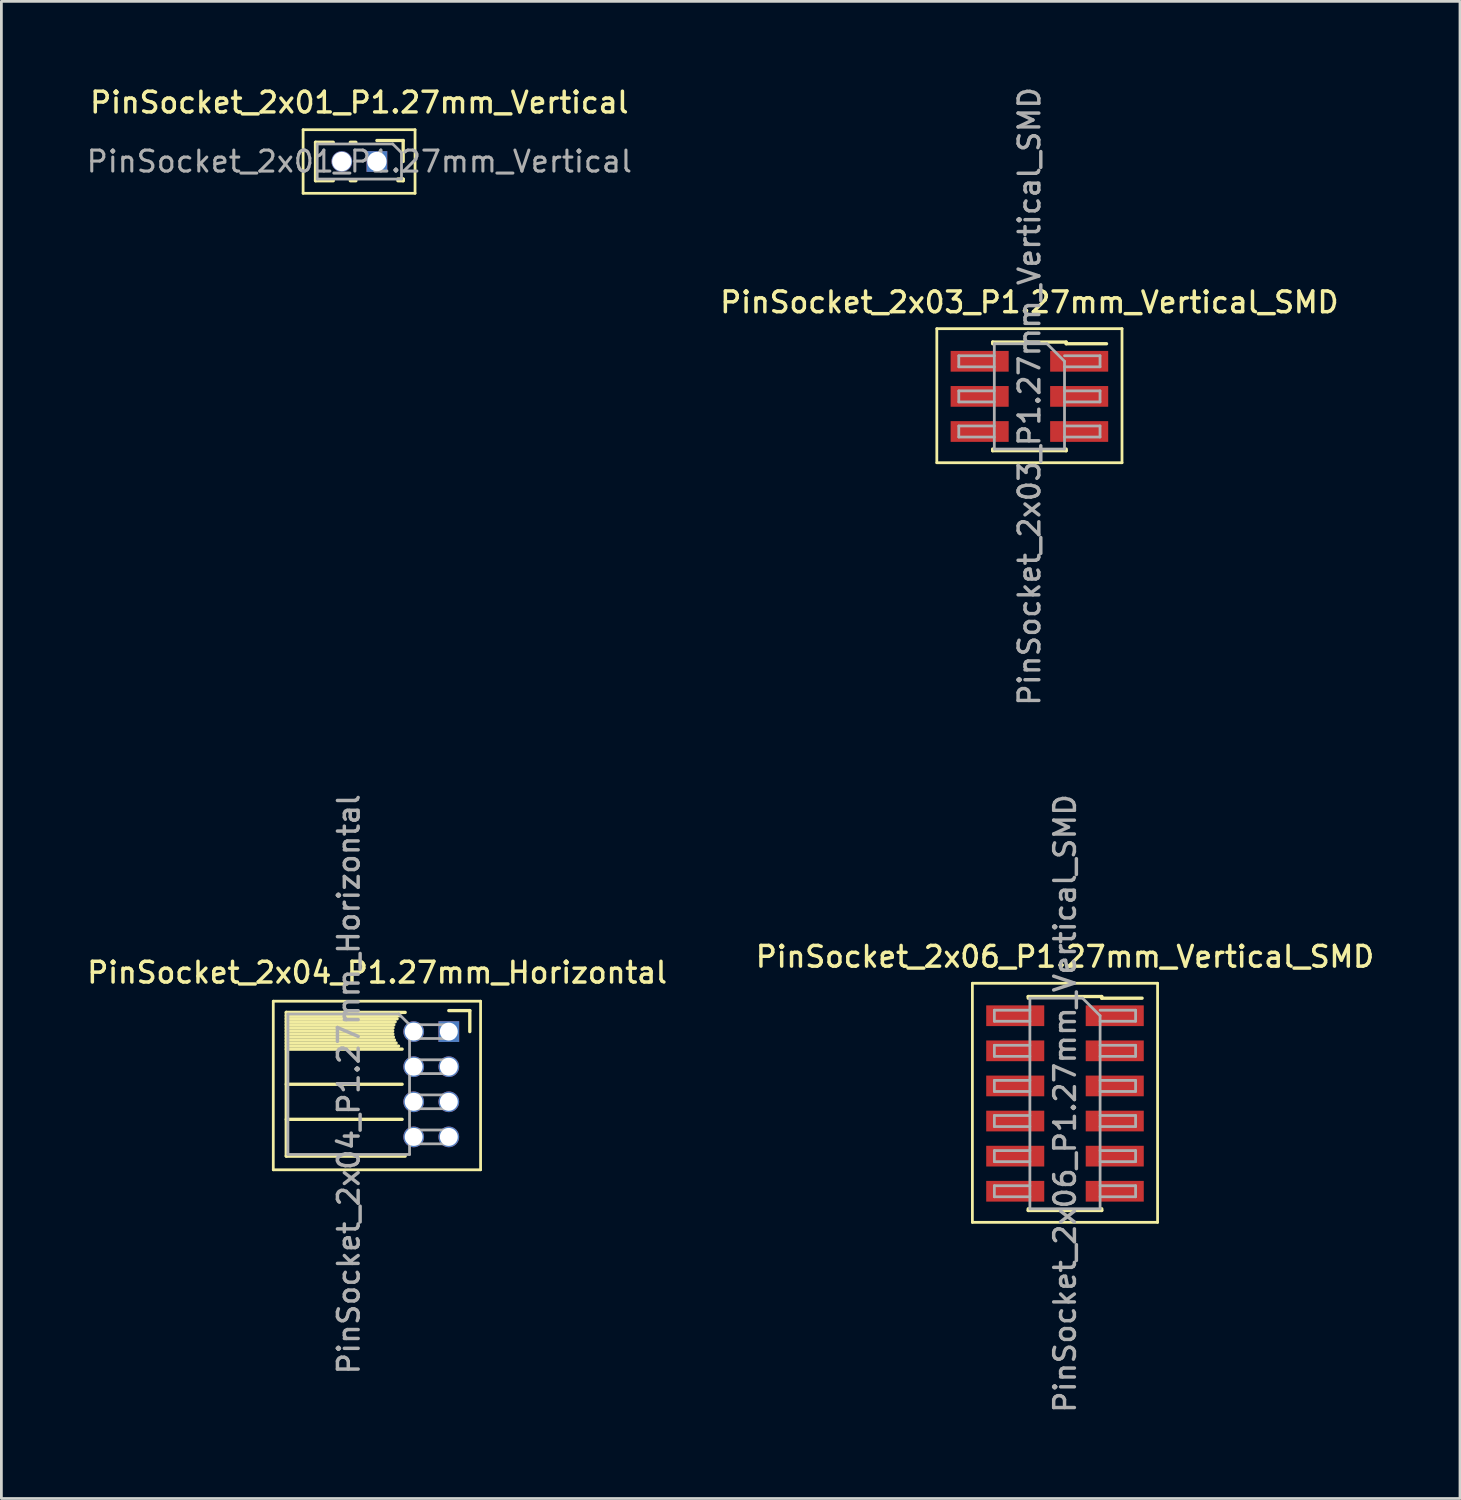
<source format=kicad_pcb>
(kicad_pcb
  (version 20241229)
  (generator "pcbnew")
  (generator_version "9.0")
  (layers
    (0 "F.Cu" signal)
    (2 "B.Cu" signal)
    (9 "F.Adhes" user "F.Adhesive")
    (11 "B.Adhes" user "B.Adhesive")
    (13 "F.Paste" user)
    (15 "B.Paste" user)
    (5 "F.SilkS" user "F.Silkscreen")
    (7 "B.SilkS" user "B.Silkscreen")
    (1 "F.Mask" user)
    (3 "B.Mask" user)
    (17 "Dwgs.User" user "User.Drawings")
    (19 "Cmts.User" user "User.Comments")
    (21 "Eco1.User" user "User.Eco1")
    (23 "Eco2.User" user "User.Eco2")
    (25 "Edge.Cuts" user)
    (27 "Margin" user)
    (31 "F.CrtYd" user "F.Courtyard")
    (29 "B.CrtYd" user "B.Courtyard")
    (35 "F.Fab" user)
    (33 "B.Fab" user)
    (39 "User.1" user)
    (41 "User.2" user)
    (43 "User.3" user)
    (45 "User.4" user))
  (footprint "PinSocket_2x01_P1.27mm_Vertical"
    (layer "F.Cu")
    (at 10.586 2.793)
    (property "Reference" "PinSocket_2x01_P1.27mm_Vertical" (at -0.635 -2.135 0) (layer "F.SilkS") (effects (font (size 0.75 0.75) (thickness 0.125))))
    (attr through_hole)
    (fp_line (start -2.67 -1.15) (end 1.38 -1.15) (stroke (width 0.1) (type solid)) (layer "F.SilkS"))
    (fp_line (start -2.67 1.15) (end -2.67 -1.15) (stroke (width 0.1) (type solid)) (layer "F.SilkS"))
    (fp_line (start -2.22 -0.695) (end -2.22 0.695) (stroke (width 0.12) (type solid)) (layer "F.SilkS"))
    (fp_line (start -2.22 -0.695) (end -1.578 -0.695) (stroke (width 0.12) (type solid)) (layer "F.SilkS"))
    (fp_line (start -2.22 0.695) (end -1.578 0.695) (stroke (width 0.12) (type solid)) (layer "F.SilkS"))
    (fp_line (start -0.962 -0.695) (end -0.76 -0.695) (stroke (width 0.12) (type solid)) (layer "F.SilkS"))
    (fp_line (start -0.962 0.695) (end -0.76 0.695) (stroke (width 0.12) (type solid)) (layer "F.SilkS"))
    (fp_line (start 0 -0.76) (end 0.95 -0.76) (stroke (width 0.12) (type solid)) (layer "F.SilkS"))
    (fp_line (start 0.76 0.635) (end 0.95 0.635) (stroke (width 0.12) (type solid)) (layer "F.SilkS"))
    (fp_line (start 0.76 0.695) (end 0.95 0.695) (stroke (width 0.12) (type solid)) (layer "F.SilkS"))
    (fp_line (start 0.95 -0.76) (end 0.95 0) (stroke (width 0.12) (type solid)) (layer "F.SilkS"))
    (fp_line (start 0.95 0.635) (end 0.95 0.695) (stroke (width 0.12) (type solid)) (layer "F.SilkS"))
    (fp_line (start 1.38 -1.15) (end 1.38 1.15) (stroke (width 0.1) (type solid)) (layer "F.SilkS"))
    (fp_line (start 1.38 1.15) (end -2.67 1.15) (stroke (width 0.1) (type solid)) (layer "F.SilkS"))
    (fp_line (start -2.16 -0.635) (end 0.573 -0.635) (stroke (width 0.1) (type solid)) (layer "F.Fab"))
    (fp_line (start -2.16 0.635) (end -2.16 -0.635) (stroke (width 0.1) (type solid)) (layer "F.Fab"))
    (fp_line (start 0.573 -0.635) (end 0.89 -0.318) (stroke (width 0.1) (type solid)) (layer "F.Fab"))
    (fp_line (start 0.89 -0.318) (end 0.89 0.635) (stroke (width 0.1) (type solid)) (layer "F.Fab"))
    (fp_line (start 0.89 0.635) (end -2.16 0.635) (stroke (width 0.1) (type solid)) (layer "F.Fab"))
    (fp_text user "${REFERENCE}" (at -0.635 0 0) (layer "F.Fab") (effects (font (size 0.76 0.76) (thickness 0.11))))
    (pad "1" thru_hole rect (at 0 0) (size 0.75 0.75) (drill 0.7) (layers "*.Cu" "*.Mask"))
    (pad "2" thru_hole oval (at -1.27 0) (size 0.75 0.75) (drill 0.7) (layers "*.Cu" "*.Mask")))
  (footprint "PinSocket_2x06_P1.27mm_Vertical_SMD"
    (layer "F.Cu")
    (at 35.48 36.873)
    (property "Reference" "PinSocket_2x06_P1.27mm_Vertical_SMD" (at 0 -5.31 0) (layer "F.SilkS") (effects (font (size 0.75 0.75) (thickness 0.125))))
    (attr smd)
    (fp_line (start -3.35 -4.35) (end 3.35 -4.35) (stroke (width 0.1) (type solid)) (layer "F.SilkS"))
    (fp_line (start -3.35 4.3) (end -3.35 -4.35) (stroke (width 0.1) (type solid)) (layer "F.SilkS"))
    (fp_line (start -1.33 -3.87) (end -1.33 -3.81) (stroke (width 0.12) (type solid)) (layer "F.SilkS"))
    (fp_line (start -1.33 -3.87) (end 1.33 -3.87) (stroke (width 0.12) (type solid)) (layer "F.SilkS"))
    (fp_line (start -1.33 3.81) (end -1.33 3.87) (stroke (width 0.12) (type solid)) (layer "F.SilkS"))
    (fp_line (start -1.33 3.87) (end 1.33 3.87) (stroke (width 0.12) (type solid)) (layer "F.SilkS"))
    (fp_line (start 1.33 -3.87) (end 1.33 -3.81) (stroke (width 0.12) (type solid)) (layer "F.SilkS"))
    (fp_line (start 1.33 -3.81) (end 2.79 -3.81) (stroke (width 0.12) (type solid)) (layer "F.SilkS"))
    (fp_line (start 1.33 3.81) (end 1.33 3.87) (stroke (width 0.12) (type solid)) (layer "F.SilkS"))
    (fp_line (start 3.35 -4.35) (end 3.35 4.3) (stroke (width 0.1) (type solid)) (layer "F.SilkS"))
    (fp_line (start 3.35 4.3) (end -3.35 4.3) (stroke (width 0.1) (type solid)) (layer "F.SilkS"))
    (fp_line (start -2.555 -3.375) (end -1.27 -3.375) (stroke (width 0.1) (type solid)) (layer "F.Fab"))
    (fp_line (start -2.555 -2.975) (end -2.555 -3.375) (stroke (width 0.1) (type solid)) (layer "F.Fab"))
    (fp_line (start -2.555 -2.105) (end -1.27 -2.105) (stroke (width 0.1) (type solid)) (layer "F.Fab"))
    (fp_line (start -2.555 -1.705) (end -2.555 -2.105) (stroke (width 0.1) (type solid)) (layer "F.Fab"))
    (fp_line (start -2.555 -0.835) (end -1.27 -0.835) (stroke (width 0.1) (type solid)) (layer "F.Fab"))
    (fp_line (start -2.555 -0.435) (end -2.555 -0.835) (stroke (width 0.1) (type solid)) (layer "F.Fab"))
    (fp_line (start -2.555 0.435) (end -1.27 0.435) (stroke (width 0.1) (type solid)) (layer "F.Fab"))
    (fp_line (start -2.555 0.835) (end -2.555 0.435) (stroke (width 0.1) (type solid)) (layer "F.Fab"))
    (fp_line (start -2.555 1.705) (end -1.27 1.705) (stroke (width 0.1) (type solid)) (layer "F.Fab"))
    (fp_line (start -2.555 2.105) (end -2.555 1.705) (stroke (width 0.1) (type solid)) (layer "F.Fab"))
    (fp_line (start -2.555 2.975) (end -1.27 2.975) (stroke (width 0.1) (type solid)) (layer "F.Fab"))
    (fp_line (start -2.555 3.375) (end -2.555 2.975) (stroke (width 0.1) (type solid)) (layer "F.Fab"))
    (fp_line (start -1.27 -3.81) (end 0.635 -3.81) (stroke (width 0.1) (type solid)) (layer "F.Fab"))
    (fp_line (start -1.27 -2.975) (end -2.555 -2.975) (stroke (width 0.1) (type solid)) (layer "F.Fab"))
    (fp_line (start -1.27 -1.705) (end -2.555 -1.705) (stroke (width 0.1) (type solid)) (layer "F.Fab"))
    (fp_line (start -1.27 -0.435) (end -2.555 -0.435) (stroke (width 0.1) (type solid)) (layer "F.Fab"))
    (fp_line (start -1.27 0.835) (end -2.555 0.835) (stroke (width 0.1) (type solid)) (layer "F.Fab"))
    (fp_line (start -1.27 2.105) (end -2.555 2.105) (stroke (width 0.1) (type solid)) (layer "F.Fab"))
    (fp_line (start -1.27 3.375) (end -2.555 3.375) (stroke (width 0.1) (type solid)) (layer "F.Fab"))
    (fp_line (start -1.27 3.81) (end -1.27 -3.81) (stroke (width 0.1) (type solid)) (layer "F.Fab"))
    (fp_line (start 0.635 -3.81) (end 1.27 -3.175) (stroke (width 0.1) (type solid)) (layer "F.Fab"))
    (fp_line (start 1.27 -3.375) (end 2.555 -3.375) (stroke (width 0.1) (type solid)) (layer "F.Fab"))
    (fp_line (start 1.27 -3.175) (end 1.27 3.81) (stroke (width 0.1) (type solid)) (layer "F.Fab"))
    (fp_line (start 1.27 -2.105) (end 2.555 -2.105) (stroke (width 0.1) (type solid)) (layer "F.Fab"))
    (fp_line (start 1.27 -0.835) (end 2.555 -0.835) (stroke (width 0.1) (type solid)) (layer "F.Fab"))
    (fp_line (start 1.27 0.435) (end 2.555 0.435) (stroke (width 0.1) (type solid)) (layer "F.Fab"))
    (fp_line (start 1.27 1.705) (end 2.555 1.705) (stroke (width 0.1) (type solid)) (layer "F.Fab"))
    (fp_line (start 1.27 2.975) (end 2.555 2.975) (stroke (width 0.1) (type solid)) (layer "F.Fab"))
    (fp_line (start 1.27 3.81) (end -1.27 3.81) (stroke (width 0.1) (type solid)) (layer "F.Fab"))
    (fp_line (start 2.555 -3.375) (end 2.555 -2.975) (stroke (width 0.1) (type solid)) (layer "F.Fab"))
    (fp_line (start 2.555 -2.975) (end 1.27 -2.975) (stroke (width 0.1) (type solid)) (layer "F.Fab"))
    (fp_line (start 2.555 -2.105) (end 2.555 -1.705) (stroke (width 0.1) (type solid)) (layer "F.Fab"))
    (fp_line (start 2.555 -1.705) (end 1.27 -1.705) (stroke (width 0.1) (type solid)) (layer "F.Fab"))
    (fp_line (start 2.555 -0.835) (end 2.555 -0.435) (stroke (width 0.1) (type solid)) (layer "F.Fab"))
    (fp_line (start 2.555 -0.435) (end 1.27 -0.435) (stroke (width 0.1) (type solid)) (layer "F.Fab"))
    (fp_line (start 2.555 0.435) (end 2.555 0.835) (stroke (width 0.1) (type solid)) (layer "F.Fab"))
    (fp_line (start 2.555 0.835) (end 1.27 0.835) (stroke (width 0.1) (type solid)) (layer "F.Fab"))
    (fp_line (start 2.555 1.705) (end 2.555 2.105) (stroke (width 0.1) (type solid)) (layer "F.Fab"))
    (fp_line (start 2.555 2.105) (end 1.27 2.105) (stroke (width 0.1) (type solid)) (layer "F.Fab"))
    (fp_line (start 2.555 2.975) (end 2.555 3.375) (stroke (width 0.1) (type solid)) (layer "F.Fab"))
    (fp_line (start 2.555 3.375) (end 1.27 3.375) (stroke (width 0.1) (type solid)) (layer "F.Fab"))
    (fp_text user "${REFERENCE}" (at 0 0 90) (layer "F.Fab") (effects (font (size 0.75 0.75) (thickness 0.125))))
    (pad "1" smd rect (at 1.8 -3.175) (size 2.1 0.75) (layers "F.Cu" "F.Mask" "F.Paste"))
    (pad "2" smd rect (at -1.8 -3.175) (size 2.1 0.75) (layers "F.Cu" "F.Mask" "F.Paste"))
    (pad "3" smd rect (at 1.8 -1.905) (size 2.1 0.75) (layers "F.Cu" "F.Mask" "F.Paste"))
    (pad "4" smd rect (at -1.8 -1.905) (size 2.1 0.75) (layers "F.Cu" "F.Mask" "F.Paste"))
    (pad "5" smd rect (at 1.8 -0.635) (size 2.1 0.75) (layers "F.Cu" "F.Mask" "F.Paste"))
    (pad "6" smd rect (at -1.8 -0.635) (size 2.1 0.75) (layers "F.Cu" "F.Mask" "F.Paste"))
    (pad "7" smd rect (at 1.8 0.635) (size 2.1 0.75) (layers "F.Cu" "F.Mask" "F.Paste"))
    (pad "8" smd rect (at -1.8 0.635) (size 2.1 0.75) (layers "F.Cu" "F.Mask" "F.Paste"))
    (pad "9" smd rect (at 1.8 1.905) (size 2.1 0.75) (layers "F.Cu" "F.Mask" "F.Paste"))
    (pad "10" smd rect (at -1.8 1.905) (size 2.1 0.75) (layers "F.Cu" "F.Mask" "F.Paste"))
    (pad "11" smd rect (at 1.8 3.175) (size 2.1 0.75) (layers "F.Cu" "F.Mask" "F.Paste"))
    (pad "12" smd rect (at -1.8 3.175) (size 2.1 0.75) (layers "F.Cu" "F.Mask" "F.Paste")))
  (footprint "PinSocket_2x03_P1.27mm_Vertical_SMD"
    (layer "F.Cu")
    (at 34.193 11.291)
    (property "Reference" "PinSocket_2x03_P1.27mm_Vertical_SMD" (at 0 -3.405 0) (layer "F.SilkS") (effects (font (size 0.75 0.75) (thickness 0.125))))
    (attr smd)
    (fp_line (start -3.35 -2.45) (end 3.35 -2.45) (stroke (width 0.1) (type solid)) (layer "F.SilkS"))
    (fp_line (start -3.35 2.4) (end -3.35 -2.45) (stroke (width 0.1) (type solid)) (layer "F.SilkS"))
    (fp_line (start -1.33 -1.965) (end -1.33 -1.905) (stroke (width 0.12) (type solid)) (layer "F.SilkS"))
    (fp_line (start -1.33 -1.965) (end 1.33 -1.965) (stroke (width 0.12) (type solid)) (layer "F.SilkS"))
    (fp_line (start -1.33 1.905) (end -1.33 1.965) (stroke (width 0.12) (type solid)) (layer "F.SilkS"))
    (fp_line (start -1.33 1.965) (end 1.33 1.965) (stroke (width 0.12) (type solid)) (layer "F.SilkS"))
    (fp_line (start 1.33 -1.965) (end 1.33 -1.905) (stroke (width 0.12) (type solid)) (layer "F.SilkS"))
    (fp_line (start 1.33 -1.905) (end 2.79 -1.905) (stroke (width 0.12) (type solid)) (layer "F.SilkS"))
    (fp_line (start 1.33 1.905) (end 1.33 1.965) (stroke (width 0.12) (type solid)) (layer "F.SilkS"))
    (fp_line (start 3.35 -2.45) (end 3.35 2.4) (stroke (width 0.1) (type solid)) (layer "F.SilkS"))
    (fp_line (start 3.35 2.4) (end -3.35 2.4) (stroke (width 0.1) (type solid)) (layer "F.SilkS"))
    (fp_line (start -2.555 -1.47) (end -1.27 -1.47) (stroke (width 0.1) (type solid)) (layer "F.Fab"))
    (fp_line (start -2.555 -1.07) (end -2.555 -1.47) (stroke (width 0.1) (type solid)) (layer "F.Fab"))
    (fp_line (start -2.555 -0.2) (end -1.27 -0.2) (stroke (width 0.1) (type solid)) (layer "F.Fab"))
    (fp_line (start -2.555 0.2) (end -2.555 -0.2) (stroke (width 0.1) (type solid)) (layer "F.Fab"))
    (fp_line (start -2.555 1.07) (end -1.27 1.07) (stroke (width 0.1) (type solid)) (layer "F.Fab"))
    (fp_line (start -2.555 1.47) (end -2.555 1.07) (stroke (width 0.1) (type solid)) (layer "F.Fab"))
    (fp_line (start -1.27 -1.905) (end 0.635 -1.905) (stroke (width 0.1) (type solid)) (layer "F.Fab"))
    (fp_line (start -1.27 -1.07) (end -2.555 -1.07) (stroke (width 0.1) (type solid)) (layer "F.Fab"))
    (fp_line (start -1.27 0.2) (end -2.555 0.2) (stroke (width 0.1) (type solid)) (layer "F.Fab"))
    (fp_line (start -1.27 1.47) (end -2.555 1.47) (stroke (width 0.1) (type solid)) (layer "F.Fab"))
    (fp_line (start -1.27 1.905) (end -1.27 -1.905) (stroke (width 0.1) (type solid)) (layer "F.Fab"))
    (fp_line (start 0.635 -1.905) (end 1.27 -1.27) (stroke (width 0.1) (type solid)) (layer "F.Fab"))
    (fp_line (start 1.27 -1.47) (end 2.555 -1.47) (stroke (width 0.1) (type solid)) (layer "F.Fab"))
    (fp_line (start 1.27 -1.27) (end 1.27 1.905) (stroke (width 0.1) (type solid)) (layer "F.Fab"))
    (fp_line (start 1.27 -0.2) (end 2.555 -0.2) (stroke (width 0.1) (type solid)) (layer "F.Fab"))
    (fp_line (start 1.27 1.07) (end 2.555 1.07) (stroke (width 0.1) (type solid)) (layer "F.Fab"))
    (fp_line (start 1.27 1.905) (end -1.27 1.905) (stroke (width 0.1) (type solid)) (layer "F.Fab"))
    (fp_line (start 2.555 -1.47) (end 2.555 -1.07) (stroke (width 0.1) (type solid)) (layer "F.Fab"))
    (fp_line (start 2.555 -1.07) (end 1.27 -1.07) (stroke (width 0.1) (type solid)) (layer "F.Fab"))
    (fp_line (start 2.555 -0.2) (end 2.555 0.2) (stroke (width 0.1) (type solid)) (layer "F.Fab"))
    (fp_line (start 2.555 0.2) (end 1.27 0.2) (stroke (width 0.1) (type solid)) (layer "F.Fab"))
    (fp_line (start 2.555 1.07) (end 2.555 1.47) (stroke (width 0.1) (type solid)) (layer "F.Fab"))
    (fp_line (start 2.555 1.47) (end 1.27 1.47) (stroke (width 0.1) (type solid)) (layer "F.Fab"))
    (fp_text user "${REFERENCE}" (at 0 0 90) (layer "F.Fab") (effects (font (size 0.75 0.75) (thickness 0.125))))
    (pad "1" smd rect (at 1.8 -1.27) (size 2.1 0.75) (layers "F.Cu" "F.Mask" "F.Paste"))
    (pad "2" smd rect (at -1.8 -1.27) (size 2.1 0.75) (layers "F.Cu" "F.Mask" "F.Paste"))
    (pad "3" smd rect (at 1.8 0) (size 2.1 0.75) (layers "F.Cu" "F.Mask" "F.Paste"))
    (pad "4" smd rect (at -1.8 0) (size 2.1 0.75) (layers "F.Cu" "F.Mask" "F.Paste"))
    (pad "5" smd rect (at 1.8 1.27) (size 2.1 0.75) (layers "F.Cu" "F.Mask" "F.Paste"))
    (pad "6" smd rect (at -1.8 1.27) (size 2.1 0.75) (layers "F.Cu" "F.Mask" "F.Paste")))
  (footprint "PinSocket_2x04_P1.27mm_Horizontal"
    (layer "F.Cu")
    (at 13.187 34.272)
    (property "Reference" "PinSocket_2x04_P1.27mm_Horizontal" (at -2.592 -2.135 0) (layer "F.SilkS") (effects (font (size 0.75 0.75) (thickness 0.125))))
    (attr through_hole)
    (fp_line (start -6.35 -1.1) (end -6.35 5) (stroke (width 0.1) (type solid)) (layer "F.SilkS"))
    (fp_line (start -6.35 5) (end 1.15 5) (stroke (width 0.1) (type solid)) (layer "F.SilkS"))
    (fp_line (start -5.88 -0.695) (end -5.88 4.505) (stroke (width 0.12) (type solid)) (layer "F.SilkS"))
    (fp_line (start -5.88 -0.695) (end -1.578 -0.695) (stroke (width 0.12) (type solid)) (layer "F.SilkS"))
    (fp_line (start -5.88 -0.575) (end -1.767 -0.575) (stroke (width 0.12) (type solid)) (layer "F.SilkS"))
    (fp_line (start -5.88 -0.465) (end -1.871 -0.465) (stroke (width 0.12) (type solid)) (layer "F.SilkS"))
    (fp_line (start -5.88 -0.355) (end -1.942 -0.355) (stroke (width 0.12) (type solid)) (layer "F.SilkS"))
    (fp_line (start -5.88 -0.245) (end -1.989 -0.245) (stroke (width 0.12) (type solid)) (layer "F.SilkS"))
    (fp_line (start -5.88 -0.135) (end -2.018 -0.135) (stroke (width 0.12) (type solid)) (layer "F.SilkS"))
    (fp_line (start -5.88 -0.025) (end -2.03 -0.025) (stroke (width 0.12) (type solid)) (layer "F.SilkS"))
    (fp_line (start -5.88 0.085) (end -2.025 0.085) (stroke (width 0.12) (type solid)) (layer "F.SilkS"))
    (fp_line (start -5.88 0.195) (end -2.005 0.195) (stroke (width 0.12) (type solid)) (layer "F.SilkS"))
    (fp_line (start -5.88 0.305) (end -1.966 0.305) (stroke (width 0.12) (type solid)) (layer "F.SilkS"))
    (fp_line (start -5.88 0.415) (end -1.907 0.415) (stroke (width 0.12) (type solid)) (layer "F.SilkS"))
    (fp_line (start -5.88 0.525) (end -1.82 0.525) (stroke (width 0.12) (type solid)) (layer "F.SilkS"))
    (fp_line (start -5.88 0.635) (end -1.688 0.635) (stroke (width 0.12) (type solid)) (layer "F.SilkS"))
    (fp_line (start -5.88 1.905) (end -1.688 1.905) (stroke (width 0.12) (type solid)) (layer "F.SilkS"))
    (fp_line (start -5.88 3.175) (end -1.688 3.175) (stroke (width 0.12) (type solid)) (layer "F.SilkS"))
    (fp_line (start -5.88 4.505) (end -1.578 4.505) (stroke (width 0.12) (type solid)) (layer "F.SilkS"))
    (fp_line (start 0 -0.76) (end 0.76 -0.76) (stroke (width 0.12) (type solid)) (layer "F.SilkS"))
    (fp_line (start 0.76 -0.76) (end 0.76 0) (stroke (width 0.12) (type solid)) (layer "F.SilkS"))
    (fp_line (start 1.15 -1.1) (end -6.35 -1.1) (stroke (width 0.1) (type solid)) (layer "F.SilkS"))
    (fp_line (start 1.15 5) (end 1.15 -1.1) (stroke (width 0.1) (type solid)) (layer "F.SilkS"))
    (fp_line (start -5.82 -0.635) (end -1.805 -0.635) (stroke (width 0.1) (type solid)) (layer "F.Fab"))
    (fp_line (start -5.82 4.445) (end -5.82 -0.635) (stroke (width 0.1) (type solid)) (layer "F.Fab"))
    (fp_line (start -1.805 -0.635) (end -1.42 -0.25) (stroke (width 0.1) (type solid)) (layer "F.Fab"))
    (fp_line (start -1.42 -0.25) (end -1.42 4.445) (stroke (width 0.1) (type solid)) (layer "F.Fab"))
    (fp_line (start -1.42 0.25) (end 0 0.25) (stroke (width 0.1) (type solid)) (layer "F.Fab"))
    (fp_line (start -1.42 1.52) (end 0 1.52) (stroke (width 0.1) (type solid)) (layer "F.Fab"))
    (fp_line (start -1.42 2.79) (end 0 2.79) (stroke (width 0.1) (type solid)) (layer "F.Fab"))
    (fp_line (start -1.42 4.06) (end 0 4.06) (stroke (width 0.1) (type solid)) (layer "F.Fab"))
    (fp_line (start -1.42 4.445) (end -5.82 4.445) (stroke (width 0.1) (type solid)) (layer "F.Fab"))
    (fp_line (start 0 -0.25) (end -1.42 -0.25) (stroke (width 0.1) (type solid)) (layer "F.Fab"))
    (fp_line (start 0 0.25) (end 0 -0.25) (stroke (width 0.1) (type solid)) (layer "F.Fab"))
    (fp_line (start 0 1.02) (end -1.42 1.02) (stroke (width 0.1) (type solid)) (layer "F.Fab"))
    (fp_line (start 0 1.52) (end 0 1.02) (stroke (width 0.1) (type solid)) (layer "F.Fab"))
    (fp_line (start 0 2.29) (end -1.42 2.29) (stroke (width 0.1) (type solid)) (layer "F.Fab"))
    (fp_line (start 0 2.79) (end 0 2.29) (stroke (width 0.1) (type solid)) (layer "F.Fab"))
    (fp_line (start 0 3.56) (end -1.42 3.56) (stroke (width 0.1) (type solid)) (layer "F.Fab"))
    (fp_line (start 0 4.06) (end 0 3.56) (stroke (width 0.1) (type solid)) (layer "F.Fab"))
    (fp_text user "${REFERENCE}" (at -3.62 1.905 90) (layer "F.Fab") (effects (font (size 0.75 0.75) (thickness 0.125))))
    (pad "1" thru_hole rect (at 0 0) (size 0.75 0.75) (drill 0.65) (layers "*.Cu" "*.Mask"))
    (pad "2" thru_hole oval (at -1.27 0) (size 0.75 0.75) (drill 0.65) (layers "*.Cu" "*.Mask"))
    (pad "3" thru_hole oval (at 0 1.27) (size 0.75 0.75) (drill 0.65) (layers "*.Cu" "*.Mask"))
    (pad "4" thru_hole oval (at -1.27 1.27) (size 0.75 0.75) (drill 0.65) (layers "*.Cu" "*.Mask"))
    (pad "5" thru_hole oval (at 0 2.54) (size 0.75 0.75) (drill 0.65) (layers "*.Cu" "*.Mask"))
    (pad "6" thru_hole oval (at -1.27 2.54) (size 0.75 0.75) (drill 0.65) (layers "*.Cu" "*.Mask"))
    (pad "7" thru_hole oval (at 0 3.81) (size 0.75 0.75) (drill 0.65) (layers "*.Cu" "*.Mask"))
    (pad "8" thru_hole oval (at -1.27 3.81) (size 0.75 0.75) (drill 0.65) (layers "*.Cu" "*.Mask")))
  (gr_rect
    (start -3 -3)
    (end 49.771 51.164)
    (stroke (width 0.1) (type default))
    (fill no)
    (layer "Edge.Cuts")))
</source>
